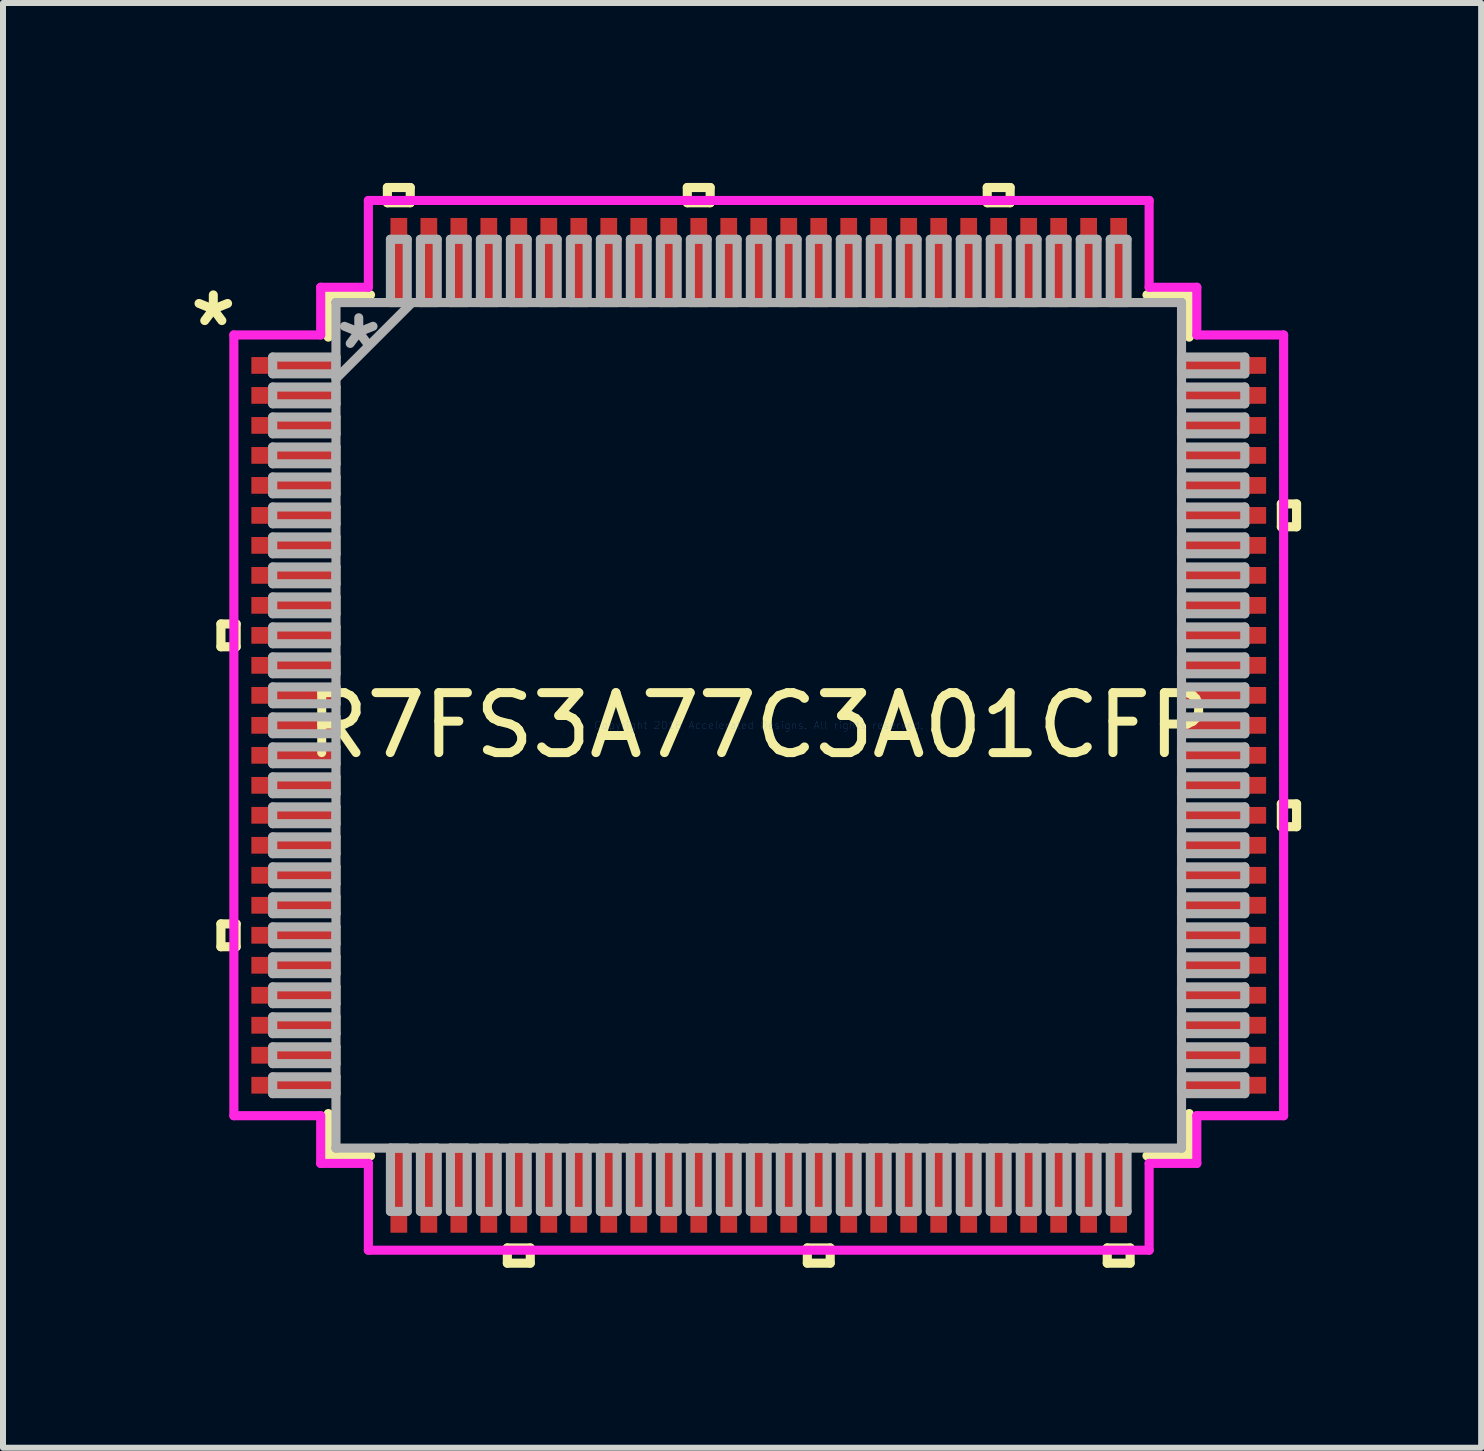
<source format=kicad_pcb>
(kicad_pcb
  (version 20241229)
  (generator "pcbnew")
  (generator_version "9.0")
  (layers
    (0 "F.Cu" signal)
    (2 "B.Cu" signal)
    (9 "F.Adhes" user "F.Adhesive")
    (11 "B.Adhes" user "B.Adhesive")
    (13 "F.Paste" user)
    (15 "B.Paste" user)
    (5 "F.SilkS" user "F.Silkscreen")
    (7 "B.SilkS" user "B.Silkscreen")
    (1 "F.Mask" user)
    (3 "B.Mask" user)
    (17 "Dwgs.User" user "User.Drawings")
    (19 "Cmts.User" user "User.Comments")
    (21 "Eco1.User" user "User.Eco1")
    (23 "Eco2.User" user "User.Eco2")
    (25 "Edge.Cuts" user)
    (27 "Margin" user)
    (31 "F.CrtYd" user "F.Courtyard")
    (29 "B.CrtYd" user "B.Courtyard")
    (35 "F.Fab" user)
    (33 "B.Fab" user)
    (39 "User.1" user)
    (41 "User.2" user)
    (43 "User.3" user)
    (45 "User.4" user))
  (footprint "R7FS3A77C3A01CFP"
    (layer "F.Cu")
    (at 9.599 9.042)
    (property "Reference" "R7FS3A77C3A01CFP" (at 0 0 0) (layer "F.SilkS") (effects (font (size 1 1) (thickness 0.15))))
    (attr through_hole)
    (fp_line (start -8.966 -1.69) (end -8.966 -1.31) (stroke (width 0.152) (type solid)) (layer "F.SilkS"))
    (fp_line (start -8.966 -1.31) (end -8.712 -1.31) (stroke (width 0.152) (type solid)) (layer "F.SilkS"))
    (fp_line (start -8.966 3.31) (end -8.966 3.691) (stroke (width 0.152) (type solid)) (layer "F.SilkS"))
    (fp_line (start -8.966 3.691) (end -8.712 3.691) (stroke (width 0.152) (type solid)) (layer "F.SilkS"))
    (fp_line (start -8.712 -1.69) (end -8.966 -1.69) (stroke (width 0.152) (type solid)) (layer "F.SilkS"))
    (fp_line (start -8.712 -1.31) (end -8.712 -1.69) (stroke (width 0.152) (type solid)) (layer "F.SilkS"))
    (fp_line (start -8.712 3.31) (end -8.966 3.31) (stroke (width 0.152) (type solid)) (layer "F.SilkS"))
    (fp_line (start -8.712 3.691) (end -8.712 3.31) (stroke (width 0.152) (type solid)) (layer "F.SilkS"))
    (fp_line (start -7.176 -7.176) (end -7.176 -6.472) (stroke (width 0.152) (type solid)) (layer "F.SilkS"))
    (fp_line (start -7.176 6.472) (end -7.176 7.176) (stroke (width 0.152) (type solid)) (layer "F.SilkS"))
    (fp_line (start -7.176 7.176) (end -6.472 7.176) (stroke (width 0.152) (type solid)) (layer "F.SilkS"))
    (fp_line (start -6.472 -7.176) (end -7.176 -7.176) (stroke (width 0.152) (type solid)) (layer "F.SilkS"))
    (fp_line (start -6.191 -8.966) (end -5.81 -8.966) (stroke (width 0.152) (type solid)) (layer "F.SilkS"))
    (fp_line (start -6.191 -8.712) (end -6.191 -8.966) (stroke (width 0.152) (type solid)) (layer "F.SilkS"))
    (fp_line (start -5.81 -8.966) (end -5.81 -8.712) (stroke (width 0.152) (type solid)) (layer "F.SilkS"))
    (fp_line (start -5.81 -8.712) (end -6.191 -8.712) (stroke (width 0.152) (type solid)) (layer "F.SilkS"))
    (fp_line (start -4.191 8.712) (end -4.191 8.966) (stroke (width 0.152) (type solid)) (layer "F.SilkS"))
    (fp_line (start -4.191 8.966) (end -3.809 8.966) (stroke (width 0.152) (type solid)) (layer "F.SilkS"))
    (fp_line (start -3.809 8.712) (end -4.191 8.712) (stroke (width 0.152) (type solid)) (layer "F.SilkS"))
    (fp_line (start -3.809 8.966) (end -3.809 8.712) (stroke (width 0.152) (type solid)) (layer "F.SilkS"))
    (fp_line (start -1.191 -8.966) (end -0.81 -8.966) (stroke (width 0.152) (type solid)) (layer "F.SilkS"))
    (fp_line (start -1.191 -8.712) (end -1.191 -8.966) (stroke (width 0.152) (type solid)) (layer "F.SilkS"))
    (fp_line (start -0.81 -8.966) (end -0.81 -8.712) (stroke (width 0.152) (type solid)) (layer "F.SilkS"))
    (fp_line (start -0.81 -8.712) (end -1.191 -8.712) (stroke (width 0.152) (type solid)) (layer "F.SilkS"))
    (fp_line (start 0.81 8.712) (end 0.81 8.966) (stroke (width 0.152) (type solid)) (layer "F.SilkS"))
    (fp_line (start 0.81 8.966) (end 1.191 8.966) (stroke (width 0.152) (type solid)) (layer "F.SilkS"))
    (fp_line (start 1.191 8.712) (end 0.81 8.712) (stroke (width 0.152) (type solid)) (layer "F.SilkS"))
    (fp_line (start 1.191 8.966) (end 1.191 8.712) (stroke (width 0.152) (type solid)) (layer "F.SilkS"))
    (fp_line (start 3.809 -8.966) (end 4.191 -8.966) (stroke (width 0.152) (type solid)) (layer "F.SilkS"))
    (fp_line (start 3.809 -8.712) (end 3.809 -8.966) (stroke (width 0.152) (type solid)) (layer "F.SilkS"))
    (fp_line (start 4.191 -8.966) (end 4.191 -8.712) (stroke (width 0.152) (type solid)) (layer "F.SilkS"))
    (fp_line (start 4.191 -8.712) (end 3.809 -8.712) (stroke (width 0.152) (type solid)) (layer "F.SilkS"))
    (fp_line (start 5.81 8.712) (end 5.81 8.966) (stroke (width 0.152) (type solid)) (layer "F.SilkS"))
    (fp_line (start 5.81 8.966) (end 6.191 8.966) (stroke (width 0.152) (type solid)) (layer "F.SilkS"))
    (fp_line (start 6.191 8.712) (end 5.81 8.712) (stroke (width 0.152) (type solid)) (layer "F.SilkS"))
    (fp_line (start 6.191 8.966) (end 6.191 8.712) (stroke (width 0.152) (type solid)) (layer "F.SilkS"))
    (fp_line (start 6.472 7.176) (end 7.176 7.176) (stroke (width 0.152) (type solid)) (layer "F.SilkS"))
    (fp_line (start 7.176 -7.176) (end 6.472 -7.176) (stroke (width 0.152) (type solid)) (layer "F.SilkS"))
    (fp_line (start 7.176 -6.472) (end 7.176 -7.176) (stroke (width 0.152) (type solid)) (layer "F.SilkS"))
    (fp_line (start 7.176 7.176) (end 7.176 6.472) (stroke (width 0.152) (type solid)) (layer "F.SilkS"))
    (fp_line (start 8.712 -3.691) (end 8.966 -3.691) (stroke (width 0.152) (type solid)) (layer "F.SilkS"))
    (fp_line (start 8.712 -3.31) (end 8.712 -3.691) (stroke (width 0.152) (type solid)) (layer "F.SilkS"))
    (fp_line (start 8.712 1.31) (end 8.966 1.31) (stroke (width 0.152) (type solid)) (layer "F.SilkS"))
    (fp_line (start 8.712 1.69) (end 8.712 1.31) (stroke (width 0.152) (type solid)) (layer "F.SilkS"))
    (fp_line (start 8.966 -3.691) (end 8.966 -3.31) (stroke (width 0.152) (type solid)) (layer "F.SilkS"))
    (fp_line (start 8.966 -3.31) (end 8.712 -3.31) (stroke (width 0.152) (type solid)) (layer "F.SilkS"))
    (fp_line (start 8.966 1.31) (end 8.966 1.69) (stroke (width 0.152) (type solid)) (layer "F.SilkS"))
    (fp_line (start 8.966 1.69) (end 8.712 1.69) (stroke (width 0.152) (type solid)) (layer "F.SilkS"))
    (fp_line (start -8.75 -6.508) (end -7.303 -6.508) (stroke (width 0.152) (type solid)) (layer "F.CrtYd"))
    (fp_line (start -8.75 6.508) (end -8.75 -6.508) (stroke (width 0.152) (type solid)) (layer "F.CrtYd"))
    (fp_line (start -7.303 -7.303) (end -6.508 -7.303) (stroke (width 0.152) (type solid)) (layer "F.CrtYd"))
    (fp_line (start -7.303 -6.508) (end -7.303 -7.303) (stroke (width 0.152) (type solid)) (layer "F.CrtYd"))
    (fp_line (start -7.303 6.508) (end -8.75 6.508) (stroke (width 0.152) (type solid)) (layer "F.CrtYd"))
    (fp_line (start -7.303 7.303) (end -7.303 6.508) (stroke (width 0.152) (type solid)) (layer "F.CrtYd"))
    (fp_line (start -6.508 -8.75) (end 6.508 -8.75) (stroke (width 0.152) (type solid)) (layer "F.CrtYd"))
    (fp_line (start -6.508 -7.303) (end -6.508 -8.75) (stroke (width 0.152) (type solid)) (layer "F.CrtYd"))
    (fp_line (start -6.508 7.303) (end -7.303 7.303) (stroke (width 0.152) (type solid)) (layer "F.CrtYd"))
    (fp_line (start -6.508 8.75) (end -6.508 7.303) (stroke (width 0.152) (type solid)) (layer "F.CrtYd"))
    (fp_line (start 6.508 -8.75) (end 6.508 -7.303) (stroke (width 0.152) (type solid)) (layer "F.CrtYd"))
    (fp_line (start 6.508 -7.303) (end 7.303 -7.303) (stroke (width 0.152) (type solid)) (layer "F.CrtYd"))
    (fp_line (start 6.508 7.303) (end 6.508 8.75) (stroke (width 0.152) (type solid)) (layer "F.CrtYd"))
    (fp_line (start 6.508 8.75) (end -6.508 8.75) (stroke (width 0.152) (type solid)) (layer "F.CrtYd"))
    (fp_line (start 7.303 -7.303) (end 7.303 -6.508) (stroke (width 0.152) (type solid)) (layer "F.CrtYd"))
    (fp_line (start 7.303 -6.508) (end 8.75 -6.508) (stroke (width 0.152) (type solid)) (layer "F.CrtYd"))
    (fp_line (start 7.303 6.508) (end 7.303 7.303) (stroke (width 0.152) (type solid)) (layer "F.CrtYd"))
    (fp_line (start 7.303 7.303) (end 6.508 7.303) (stroke (width 0.152) (type solid)) (layer "F.CrtYd"))
    (fp_line (start 8.75 -6.508) (end 8.75 6.508) (stroke (width 0.152) (type solid)) (layer "F.CrtYd"))
    (fp_line (start 8.75 6.508) (end 7.303 6.508) (stroke (width 0.152) (type solid)) (layer "F.CrtYd"))
    (fp_line (start -8.103 -6.14) (end -8.103 -5.86) (stroke (width 0.152) (type solid)) (layer "F.Fab"))
    (fp_line (start -8.103 -5.86) (end -7.048 -5.86) (stroke (width 0.152) (type solid)) (layer "F.Fab"))
    (fp_line (start -8.103 -5.64) (end -8.103 -5.36) (stroke (width 0.152) (type solid)) (layer "F.Fab"))
    (fp_line (start -8.103 -5.36) (end -7.048 -5.36) (stroke (width 0.152) (type solid)) (layer "F.Fab"))
    (fp_line (start -8.103 -5.14) (end -8.103 -4.86) (stroke (width 0.152) (type solid)) (layer "F.Fab"))
    (fp_line (start -8.103 -4.86) (end -7.048 -4.86) (stroke (width 0.152) (type solid)) (layer "F.Fab"))
    (fp_line (start -8.103 -4.64) (end -8.103 -4.36) (stroke (width 0.152) (type solid)) (layer "F.Fab"))
    (fp_line (start -8.103 -4.36) (end -7.048 -4.36) (stroke (width 0.152) (type solid)) (layer "F.Fab"))
    (fp_line (start -8.103 -4.14) (end -8.103 -3.86) (stroke (width 0.152) (type solid)) (layer "F.Fab"))
    (fp_line (start -8.103 -3.86) (end -7.048 -3.86) (stroke (width 0.152) (type solid)) (layer "F.Fab"))
    (fp_line (start -8.103 -3.64) (end -8.103 -3.36) (stroke (width 0.152) (type solid)) (layer "F.Fab"))
    (fp_line (start -8.103 -3.36) (end -7.048 -3.36) (stroke (width 0.152) (type solid)) (layer "F.Fab"))
    (fp_line (start -8.103 -3.14) (end -8.103 -2.86) (stroke (width 0.152) (type solid)) (layer "F.Fab"))
    (fp_line (start -8.103 -2.86) (end -7.048 -2.86) (stroke (width 0.152) (type solid)) (layer "F.Fab"))
    (fp_line (start -8.103 -2.64) (end -8.103 -2.36) (stroke (width 0.152) (type solid)) (layer "F.Fab"))
    (fp_line (start -8.103 -2.36) (end -7.048 -2.36) (stroke (width 0.152) (type solid)) (layer "F.Fab"))
    (fp_line (start -8.103 -2.14) (end -8.103 -1.86) (stroke (width 0.152) (type solid)) (layer "F.Fab"))
    (fp_line (start -8.103 -1.86) (end -7.048 -1.86) (stroke (width 0.152) (type solid)) (layer "F.Fab"))
    (fp_line (start -8.103 -1.64) (end -8.103 -1.36) (stroke (width 0.152) (type solid)) (layer "F.Fab"))
    (fp_line (start -8.103 -1.36) (end -7.048 -1.36) (stroke (width 0.152) (type solid)) (layer "F.Fab"))
    (fp_line (start -8.103 -1.14) (end -8.103 -0.86) (stroke (width 0.152) (type solid)) (layer "F.Fab"))
    (fp_line (start -8.103 -0.86) (end -7.048 -0.86) (stroke (width 0.152) (type solid)) (layer "F.Fab"))
    (fp_line (start -8.103 -0.64) (end -8.103 -0.36) (stroke (width 0.152) (type solid)) (layer "F.Fab"))
    (fp_line (start -8.103 -0.36) (end -7.048 -0.36) (stroke (width 0.152) (type solid)) (layer "F.Fab"))
    (fp_line (start -8.103 -0.14) (end -8.103 0.14) (stroke (width 0.152) (type solid)) (layer "F.Fab"))
    (fp_line (start -8.103 0.14) (end -7.048 0.14) (stroke (width 0.152) (type solid)) (layer "F.Fab"))
    (fp_line (start -8.103 0.36) (end -8.103 0.64) (stroke (width 0.152) (type solid)) (layer "F.Fab"))
    (fp_line (start -8.103 0.64) (end -7.048 0.64) (stroke (width 0.152) (type solid)) (layer "F.Fab"))
    (fp_line (start -8.103 0.86) (end -8.103 1.14) (stroke (width 0.152) (type solid)) (layer "F.Fab"))
    (fp_line (start -8.103 1.14) (end -7.048 1.14) (stroke (width 0.152) (type solid)) (layer "F.Fab"))
    (fp_line (start -8.103 1.36) (end -8.103 1.64) (stroke (width 0.152) (type solid)) (layer "F.Fab"))
    (fp_line (start -8.103 1.64) (end -7.048 1.64) (stroke (width 0.152) (type solid)) (layer "F.Fab"))
    (fp_line (start -8.103 1.86) (end -8.103 2.14) (stroke (width 0.152) (type solid)) (layer "F.Fab"))
    (fp_line (start -8.103 2.14) (end -7.048 2.14) (stroke (width 0.152) (type solid)) (layer "F.Fab"))
    (fp_line (start -8.103 2.36) (end -8.103 2.64) (stroke (width 0.152) (type solid)) (layer "F.Fab"))
    (fp_line (start -8.103 2.64) (end -7.048 2.64) (stroke (width 0.152) (type solid)) (layer "F.Fab"))
    (fp_line (start -8.103 2.86) (end -8.103 3.14) (stroke (width 0.152) (type solid)) (layer "F.Fab"))
    (fp_line (start -8.103 3.14) (end -7.048 3.14) (stroke (width 0.152) (type solid)) (layer "F.Fab"))
    (fp_line (start -8.103 3.36) (end -8.103 3.64) (stroke (width 0.152) (type solid)) (layer "F.Fab"))
    (fp_line (start -8.103 3.64) (end -7.048 3.64) (stroke (width 0.152) (type solid)) (layer "F.Fab"))
    (fp_line (start -8.103 3.86) (end -8.103 4.14) (stroke (width 0.152) (type solid)) (layer "F.Fab"))
    (fp_line (start -8.103 4.14) (end -7.048 4.14) (stroke (width 0.152) (type solid)) (layer "F.Fab"))
    (fp_line (start -8.103 4.36) (end -8.103 4.64) (stroke (width 0.152) (type solid)) (layer "F.Fab"))
    (fp_line (start -8.103 4.64) (end -7.048 4.64) (stroke (width 0.152) (type solid)) (layer "F.Fab"))
    (fp_line (start -8.103 4.86) (end -8.103 5.14) (stroke (width 0.152) (type solid)) (layer "F.Fab"))
    (fp_line (start -8.103 5.14) (end -7.048 5.14) (stroke (width 0.152) (type solid)) (layer "F.Fab"))
    (fp_line (start -8.103 5.36) (end -8.103 5.64) (stroke (width 0.152) (type solid)) (layer "F.Fab"))
    (fp_line (start -8.103 5.64) (end -7.048 5.64) (stroke (width 0.152) (type solid)) (layer "F.Fab"))
    (fp_line (start -8.103 5.86) (end -8.103 6.14) (stroke (width 0.152) (type solid)) (layer "F.Fab"))
    (fp_line (start -8.103 6.14) (end -7.048 6.14) (stroke (width 0.152) (type solid)) (layer "F.Fab"))
    (fp_line (start -7.048 -7.048) (end -7.048 -7.048) (stroke (width 0.152) (type solid)) (layer "F.Fab"))
    (fp_line (start -7.048 -7.048) (end -7.048 7.048) (stroke (width 0.152) (type solid)) (layer "F.Fab"))
    (fp_line (start -7.048 -6.14) (end -8.103 -6.14) (stroke (width 0.152) (type solid)) (layer "F.Fab"))
    (fp_line (start -7.048 -5.86) (end -7.048 -6.14) (stroke (width 0.152) (type solid)) (layer "F.Fab"))
    (fp_line (start -7.048 -5.779) (end -5.779 -7.048) (stroke (width 0.152) (type solid)) (layer "F.Fab"))
    (fp_line (start -7.048 -5.64) (end -8.103 -5.64) (stroke (width 0.152) (type solid)) (layer "F.Fab"))
    (fp_line (start -7.048 -5.36) (end -7.048 -5.64) (stroke (width 0.152) (type solid)) (layer "F.Fab"))
    (fp_line (start -7.048 -5.14) (end -8.103 -5.14) (stroke (width 0.152) (type solid)) (layer "F.Fab"))
    (fp_line (start -7.048 -4.86) (end -7.048 -5.14) (stroke (width 0.152) (type solid)) (layer "F.Fab"))
    (fp_line (start -7.048 -4.64) (end -8.103 -4.64) (stroke (width 0.152) (type solid)) (layer "F.Fab"))
    (fp_line (start -7.048 -4.36) (end -7.048 -4.64) (stroke (width 0.152) (type solid)) (layer "F.Fab"))
    (fp_line (start -7.048 -4.14) (end -8.103 -4.14) (stroke (width 0.152) (type solid)) (layer "F.Fab"))
    (fp_line (start -7.048 -3.86) (end -7.048 -4.14) (stroke (width 0.152) (type solid)) (layer "F.Fab"))
    (fp_line (start -7.048 -3.64) (end -8.103 -3.64) (stroke (width 0.152) (type solid)) (layer "F.Fab"))
    (fp_line (start -7.048 -3.36) (end -7.048 -3.64) (stroke (width 0.152) (type solid)) (layer "F.Fab"))
    (fp_line (start -7.048 -3.14) (end -8.103 -3.14) (stroke (width 0.152) (type solid)) (layer "F.Fab"))
    (fp_line (start -7.048 -2.86) (end -7.048 -3.14) (stroke (width 0.152) (type solid)) (layer "F.Fab"))
    (fp_line (start -7.048 -2.64) (end -8.103 -2.64) (stroke (width 0.152) (type solid)) (layer "F.Fab"))
    (fp_line (start -7.048 -2.36) (end -7.048 -2.64) (stroke (width 0.152) (type solid)) (layer "F.Fab"))
    (fp_line (start -7.048 -2.14) (end -8.103 -2.14) (stroke (width 0.152) (type solid)) (layer "F.Fab"))
    (fp_line (start -7.048 -1.86) (end -7.048 -2.14) (stroke (width 0.152) (type solid)) (layer "F.Fab"))
    (fp_line (start -7.048 -1.64) (end -8.103 -1.64) (stroke (width 0.152) (type solid)) (layer "F.Fab"))
    (fp_line (start -7.048 -1.36) (end -7.048 -1.64) (stroke (width 0.152) (type solid)) (layer "F.Fab"))
    (fp_line (start -7.048 -1.14) (end -8.103 -1.14) (stroke (width 0.152) (type solid)) (layer "F.Fab"))
    (fp_line (start -7.048 -0.86) (end -7.048 -1.14) (stroke (width 0.152) (type solid)) (layer "F.Fab"))
    (fp_line (start -7.048 -0.64) (end -8.103 -0.64) (stroke (width 0.152) (type solid)) (layer "F.Fab"))
    (fp_line (start -7.048 -0.36) (end -7.048 -0.64) (stroke (width 0.152) (type solid)) (layer "F.Fab"))
    (fp_line (start -7.048 -0.14) (end -8.103 -0.14) (stroke (width 0.152) (type solid)) (layer "F.Fab"))
    (fp_line (start -7.048 0.14) (end -7.048 -0.14) (stroke (width 0.152) (type solid)) (layer "F.Fab"))
    (fp_line (start -7.048 0.36) (end -8.103 0.36) (stroke (width 0.152) (type solid)) (layer "F.Fab"))
    (fp_line (start -7.048 0.64) (end -7.048 0.36) (stroke (width 0.152) (type solid)) (layer "F.Fab"))
    (fp_line (start -7.048 0.86) (end -8.103 0.86) (stroke (width 0.152) (type solid)) (layer "F.Fab"))
    (fp_line (start -7.048 1.14) (end -7.048 0.86) (stroke (width 0.152) (type solid)) (layer "F.Fab"))
    (fp_line (start -7.048 1.36) (end -8.103 1.36) (stroke (width 0.152) (type solid)) (layer "F.Fab"))
    (fp_line (start -7.048 1.64) (end -7.048 1.36) (stroke (width 0.152) (type solid)) (layer "F.Fab"))
    (fp_line (start -7.048 1.86) (end -8.103 1.86) (stroke (width 0.152) (type solid)) (layer "F.Fab"))
    (fp_line (start -7.048 2.14) (end -7.048 1.86) (stroke (width 0.152) (type solid)) (layer "F.Fab"))
    (fp_line (start -7.048 2.36) (end -8.103 2.36) (stroke (width 0.152) (type solid)) (layer "F.Fab"))
    (fp_line (start -7.048 2.64) (end -7.048 2.36) (stroke (width 0.152) (type solid)) (layer "F.Fab"))
    (fp_line (start -7.048 2.86) (end -8.103 2.86) (stroke (width 0.152) (type solid)) (layer "F.Fab"))
    (fp_line (start -7.048 3.14) (end -7.048 2.86) (stroke (width 0.152) (type solid)) (layer "F.Fab"))
    (fp_line (start -7.048 3.36) (end -8.103 3.36) (stroke (width 0.152) (type solid)) (layer "F.Fab"))
    (fp_line (start -7.048 3.64) (end -7.048 3.36) (stroke (width 0.152) (type solid)) (layer "F.Fab"))
    (fp_line (start -7.048 3.86) (end -8.103 3.86) (stroke (width 0.152) (type solid)) (layer "F.Fab"))
    (fp_line (start -7.048 4.14) (end -7.048 3.86) (stroke (width 0.152) (type solid)) (layer "F.Fab"))
    (fp_line (start -7.048 4.36) (end -8.103 4.36) (stroke (width 0.152) (type solid)) (layer "F.Fab"))
    (fp_line (start -7.048 4.64) (end -7.048 4.36) (stroke (width 0.152) (type solid)) (layer "F.Fab"))
    (fp_line (start -7.048 4.86) (end -8.103 4.86) (stroke (width 0.152) (type solid)) (layer "F.Fab"))
    (fp_line (start -7.048 5.14) (end -7.048 4.86) (stroke (width 0.152) (type solid)) (layer "F.Fab"))
    (fp_line (start -7.048 5.36) (end -8.103 5.36) (stroke (width 0.152) (type solid)) (layer "F.Fab"))
    (fp_line (start -7.048 5.64) (end -7.048 5.36) (stroke (width 0.152) (type solid)) (layer "F.Fab"))
    (fp_line (start -7.048 5.86) (end -8.103 5.86) (stroke (width 0.152) (type solid)) (layer "F.Fab"))
    (fp_line (start -7.048 6.14) (end -7.048 5.86) (stroke (width 0.152) (type solid)) (layer "F.Fab"))
    (fp_line (start -7.048 7.048) (end -7.048 7.048) (stroke (width 0.152) (type solid)) (layer "F.Fab"))
    (fp_line (start -7.048 7.048) (end 7.048 7.048) (stroke (width 0.152) (type solid)) (layer "F.Fab"))
    (fp_line (start -6.14 -8.103) (end -6.14 -7.048) (stroke (width 0.152) (type solid)) (layer "F.Fab"))
    (fp_line (start -6.14 -7.048) (end -5.86 -7.048) (stroke (width 0.152) (type solid)) (layer "F.Fab"))
    (fp_line (start -6.14 7.048) (end -6.14 8.103) (stroke (width 0.152) (type solid)) (layer "F.Fab"))
    (fp_line (start -6.14 8.103) (end -5.86 8.103) (stroke (width 0.152) (type solid)) (layer "F.Fab"))
    (fp_line (start -5.86 -8.103) (end -6.14 -8.103) (stroke (width 0.152) (type solid)) (layer "F.Fab"))
    (fp_line (start -5.86 -7.048) (end -5.86 -8.103) (stroke (width 0.152) (type solid)) (layer "F.Fab"))
    (fp_line (start -5.86 7.048) (end -6.14 7.048) (stroke (width 0.152) (type solid)) (layer "F.Fab"))
    (fp_line (start -5.86 8.103) (end -5.86 7.048) (stroke (width 0.152) (type solid)) (layer "F.Fab"))
    (fp_line (start -5.64 -8.103) (end -5.64 -7.048) (stroke (width 0.152) (type solid)) (layer "F.Fab"))
    (fp_line (start -5.64 -7.048) (end -5.36 -7.048) (stroke (width 0.152) (type solid)) (layer "F.Fab"))
    (fp_line (start -5.64 7.048) (end -5.64 8.103) (stroke (width 0.152) (type solid)) (layer "F.Fab"))
    (fp_line (start -5.64 8.103) (end -5.36 8.103) (stroke (width 0.152) (type solid)) (layer "F.Fab"))
    (fp_line (start -5.36 -8.103) (end -5.64 -8.103) (stroke (width 0.152) (type solid)) (layer "F.Fab"))
    (fp_line (start -5.36 -7.048) (end -5.36 -8.103) (stroke (width 0.152) (type solid)) (layer "F.Fab"))
    (fp_line (start -5.36 7.048) (end -5.64 7.048) (stroke (width 0.152) (type solid)) (layer "F.Fab"))
    (fp_line (start -5.36 8.103) (end -5.36 7.048) (stroke (width 0.152) (type solid)) (layer "F.Fab"))
    (fp_line (start -5.14 -8.103) (end -5.14 -7.048) (stroke (width 0.152) (type solid)) (layer "F.Fab"))
    (fp_line (start -5.14 -7.048) (end -4.86 -7.048) (stroke (width 0.152) (type solid)) (layer "F.Fab"))
    (fp_line (start -5.14 7.048) (end -5.14 8.103) (stroke (width 0.152) (type solid)) (layer "F.Fab"))
    (fp_line (start -5.14 8.103) (end -4.86 8.103) (stroke (width 0.152) (type solid)) (layer "F.Fab"))
    (fp_line (start -4.86 -8.103) (end -5.14 -8.103) (stroke (width 0.152) (type solid)) (layer "F.Fab"))
    (fp_line (start -4.86 -7.048) (end -4.86 -8.103) (stroke (width 0.152) (type solid)) (layer "F.Fab"))
    (fp_line (start -4.86 7.048) (end -5.14 7.048) (stroke (width 0.152) (type solid)) (layer "F.Fab"))
    (fp_line (start -4.86 8.103) (end -4.86 7.048) (stroke (width 0.152) (type solid)) (layer "F.Fab"))
    (fp_line (start -4.64 -8.103) (end -4.64 -7.048) (stroke (width 0.152) (type solid)) (layer "F.Fab"))
    (fp_line (start -4.64 -7.048) (end -4.36 -7.048) (stroke (width 0.152) (type solid)) (layer "F.Fab"))
    (fp_line (start -4.64 7.048) (end -4.64 8.103) (stroke (width 0.152) (type solid)) (layer "F.Fab"))
    (fp_line (start -4.64 8.103) (end -4.36 8.103) (stroke (width 0.152) (type solid)) (layer "F.Fab"))
    (fp_line (start -4.36 -8.103) (end -4.64 -8.103) (stroke (width 0.152) (type solid)) (layer "F.Fab"))
    (fp_line (start -4.36 -7.048) (end -4.36 -8.103) (stroke (width 0.152) (type solid)) (layer "F.Fab"))
    (fp_line (start -4.36 7.048) (end -4.64 7.048) (stroke (width 0.152) (type solid)) (layer "F.Fab"))
    (fp_line (start -4.36 8.103) (end -4.36 7.048) (stroke (width 0.152) (type solid)) (layer "F.Fab"))
    (fp_line (start -4.14 -8.103) (end -4.14 -7.048) (stroke (width 0.152) (type solid)) (layer "F.Fab"))
    (fp_line (start -4.14 -7.048) (end -3.86 -7.048) (stroke (width 0.152) (type solid)) (layer "F.Fab"))
    (fp_line (start -4.14 7.048) (end -4.14 8.103) (stroke (width 0.152) (type solid)) (layer "F.Fab"))
    (fp_line (start -4.14 8.103) (end -3.86 8.103) (stroke (width 0.152) (type solid)) (layer "F.Fab"))
    (fp_line (start -3.86 -8.103) (end -4.14 -8.103) (stroke (width 0.152) (type solid)) (layer "F.Fab"))
    (fp_line (start -3.86 -7.048) (end -3.86 -8.103) (stroke (width 0.152) (type solid)) (layer "F.Fab"))
    (fp_line (start -3.86 7.048) (end -4.14 7.048) (stroke (width 0.152) (type solid)) (layer "F.Fab"))
    (fp_line (start -3.86 8.103) (end -3.86 7.048) (stroke (width 0.152) (type solid)) (layer "F.Fab"))
    (fp_line (start -3.64 -8.103) (end -3.64 -7.048) (stroke (width 0.152) (type solid)) (layer "F.Fab"))
    (fp_line (start -3.64 -7.048) (end -3.36 -7.048) (stroke (width 0.152) (type solid)) (layer "F.Fab"))
    (fp_line (start -3.64 7.048) (end -3.64 8.103) (stroke (width 0.152) (type solid)) (layer "F.Fab"))
    (fp_line (start -3.64 8.103) (end -3.36 8.103) (stroke (width 0.152) (type solid)) (layer "F.Fab"))
    (fp_line (start -3.36 -8.103) (end -3.64 -8.103) (stroke (width 0.152) (type solid)) (layer "F.Fab"))
    (fp_line (start -3.36 -7.048) (end -3.36 -8.103) (stroke (width 0.152) (type solid)) (layer "F.Fab"))
    (fp_line (start -3.36 7.048) (end -3.64 7.048) (stroke (width 0.152) (type solid)) (layer "F.Fab"))
    (fp_line (start -3.36 8.103) (end -3.36 7.048) (stroke (width 0.152) (type solid)) (layer "F.Fab"))
    (fp_line (start -3.14 -8.103) (end -3.14 -7.048) (stroke (width 0.152) (type solid)) (layer "F.Fab"))
    (fp_line (start -3.14 -7.048) (end -2.86 -7.048) (stroke (width 0.152) (type solid)) (layer "F.Fab"))
    (fp_line (start -3.14 7.048) (end -3.14 8.103) (stroke (width 0.152) (type solid)) (layer "F.Fab"))
    (fp_line (start -3.14 8.103) (end -2.86 8.103) (stroke (width 0.152) (type solid)) (layer "F.Fab"))
    (fp_line (start -2.86 -8.103) (end -3.14 -8.103) (stroke (width 0.152) (type solid)) (layer "F.Fab"))
    (fp_line (start -2.86 -7.048) (end -2.86 -8.103) (stroke (width 0.152) (type solid)) (layer "F.Fab"))
    (fp_line (start -2.86 7.048) (end -3.14 7.048) (stroke (width 0.152) (type solid)) (layer "F.Fab"))
    (fp_line (start -2.86 8.103) (end -2.86 7.048) (stroke (width 0.152) (type solid)) (layer "F.Fab"))
    (fp_line (start -2.64 -8.103) (end -2.64 -7.048) (stroke (width 0.152) (type solid)) (layer "F.Fab"))
    (fp_line (start -2.64 -7.048) (end -2.36 -7.048) (stroke (width 0.152) (type solid)) (layer "F.Fab"))
    (fp_line (start -2.64 7.048) (end -2.64 8.103) (stroke (width 0.152) (type solid)) (layer "F.Fab"))
    (fp_line (start -2.64 8.103) (end -2.36 8.103) (stroke (width 0.152) (type solid)) (layer "F.Fab"))
    (fp_line (start -2.36 -8.103) (end -2.64 -8.103) (stroke (width 0.152) (type solid)) (layer "F.Fab"))
    (fp_line (start -2.36 -7.048) (end -2.36 -8.103) (stroke (width 0.152) (type solid)) (layer "F.Fab"))
    (fp_line (start -2.36 7.048) (end -2.64 7.048) (stroke (width 0.152) (type solid)) (layer "F.Fab"))
    (fp_line (start -2.36 8.103) (end -2.36 7.048) (stroke (width 0.152) (type solid)) (layer "F.Fab"))
    (fp_line (start -2.14 -8.103) (end -2.14 -7.048) (stroke (width 0.152) (type solid)) (layer "F.Fab"))
    (fp_line (start -2.14 -7.048) (end -1.86 -7.048) (stroke (width 0.152) (type solid)) (layer "F.Fab"))
    (fp_line (start -2.14 7.048) (end -2.14 8.103) (stroke (width 0.152) (type solid)) (layer "F.Fab"))
    (fp_line (start -2.14 8.103) (end -1.86 8.103) (stroke (width 0.152) (type solid)) (layer "F.Fab"))
    (fp_line (start -1.86 -8.103) (end -2.14 -8.103) (stroke (width 0.152) (type solid)) (layer "F.Fab"))
    (fp_line (start -1.86 -7.048) (end -1.86 -8.103) (stroke (width 0.152) (type solid)) (layer "F.Fab"))
    (fp_line (start -1.86 7.048) (end -2.14 7.048) (stroke (width 0.152) (type solid)) (layer "F.Fab"))
    (fp_line (start -1.86 8.103) (end -1.86 7.048) (stroke (width 0.152) (type solid)) (layer "F.Fab"))
    (fp_line (start -1.64 -8.103) (end -1.64 -7.048) (stroke (width 0.152) (type solid)) (layer "F.Fab"))
    (fp_line (start -1.64 -7.048) (end -1.36 -7.048) (stroke (width 0.152) (type solid)) (layer "F.Fab"))
    (fp_line (start -1.64 7.048) (end -1.64 8.103) (stroke (width 0.152) (type solid)) (layer "F.Fab"))
    (fp_line (start -1.64 8.103) (end -1.36 8.103) (stroke (width 0.152) (type solid)) (layer "F.Fab"))
    (fp_line (start -1.36 -8.103) (end -1.64 -8.103) (stroke (width 0.152) (type solid)) (layer "F.Fab"))
    (fp_line (start -1.36 -7.048) (end -1.36 -8.103) (stroke (width 0.152) (type solid)) (layer "F.Fab"))
    (fp_line (start -1.36 7.048) (end -1.64 7.048) (stroke (width 0.152) (type solid)) (layer "F.Fab"))
    (fp_line (start -1.36 8.103) (end -1.36 7.048) (stroke (width 0.152) (type solid)) (layer "F.Fab"))
    (fp_line (start -1.14 -8.103) (end -1.14 -7.048) (stroke (width 0.152) (type solid)) (layer "F.Fab"))
    (fp_line (start -1.14 -7.048) (end -0.86 -7.048) (stroke (width 0.152) (type solid)) (layer "F.Fab"))
    (fp_line (start -1.14 7.048) (end -1.14 8.103) (stroke (width 0.152) (type solid)) (layer "F.Fab"))
    (fp_line (start -1.14 8.103) (end -0.86 8.103) (stroke (width 0.152) (type solid)) (layer "F.Fab"))
    (fp_line (start -0.86 -8.103) (end -1.14 -8.103) (stroke (width 0.152) (type solid)) (layer "F.Fab"))
    (fp_line (start -0.86 -7.048) (end -0.86 -8.103) (stroke (width 0.152) (type solid)) (layer "F.Fab"))
    (fp_line (start -0.86 7.048) (end -1.14 7.048) (stroke (width 0.152) (type solid)) (layer "F.Fab"))
    (fp_line (start -0.86 8.103) (end -0.86 7.048) (stroke (width 0.152) (type solid)) (layer "F.Fab"))
    (fp_line (start -0.64 -8.103) (end -0.64 -7.048) (stroke (width 0.152) (type solid)) (layer "F.Fab"))
    (fp_line (start -0.64 -7.048) (end -0.36 -7.048) (stroke (width 0.152) (type solid)) (layer "F.Fab"))
    (fp_line (start -0.64 7.048) (end -0.64 8.103) (stroke (width 0.152) (type solid)) (layer "F.Fab"))
    (fp_line (start -0.64 8.103) (end -0.36 8.103) (stroke (width 0.152) (type solid)) (layer "F.Fab"))
    (fp_line (start -0.36 -8.103) (end -0.64 -8.103) (stroke (width 0.152) (type solid)) (layer "F.Fab"))
    (fp_line (start -0.36 -7.048) (end -0.36 -8.103) (stroke (width 0.152) (type solid)) (layer "F.Fab"))
    (fp_line (start -0.36 7.048) (end -0.64 7.048) (stroke (width 0.152) (type solid)) (layer "F.Fab"))
    (fp_line (start -0.36 8.103) (end -0.36 7.048) (stroke (width 0.152) (type solid)) (layer "F.Fab"))
    (fp_line (start -0.14 -8.103) (end -0.14 -7.048) (stroke (width 0.152) (type solid)) (layer "F.Fab"))
    (fp_line (start -0.14 -7.048) (end 0.14 -7.048) (stroke (width 0.152) (type solid)) (layer "F.Fab"))
    (fp_line (start -0.14 7.048) (end -0.14 8.103) (stroke (width 0.152) (type solid)) (layer "F.Fab"))
    (fp_line (start -0.14 8.103) (end 0.14 8.103) (stroke (width 0.152) (type solid)) (layer "F.Fab"))
    (fp_line (start 0.14 -8.103) (end -0.14 -8.103) (stroke (width 0.152) (type solid)) (layer "F.Fab"))
    (fp_line (start 0.14 -7.048) (end 0.14 -8.103) (stroke (width 0.152) (type solid)) (layer "F.Fab"))
    (fp_line (start 0.14 7.048) (end -0.14 7.048) (stroke (width 0.152) (type solid)) (layer "F.Fab"))
    (fp_line (start 0.14 8.103) (end 0.14 7.048) (stroke (width 0.152) (type solid)) (layer "F.Fab"))
    (fp_line (start 0.36 -8.103) (end 0.36 -7.048) (stroke (width 0.152) (type solid)) (layer "F.Fab"))
    (fp_line (start 0.36 -7.048) (end 0.64 -7.048) (stroke (width 0.152) (type solid)) (layer "F.Fab"))
    (fp_line (start 0.36 7.048) (end 0.36 8.103) (stroke (width 0.152) (type solid)) (layer "F.Fab"))
    (fp_line (start 0.36 8.103) (end 0.64 8.103) (stroke (width 0.152) (type solid)) (layer "F.Fab"))
    (fp_line (start 0.64 -8.103) (end 0.36 -8.103) (stroke (width 0.152) (type solid)) (layer "F.Fab"))
    (fp_line (start 0.64 -7.048) (end 0.64 -8.103) (stroke (width 0.152) (type solid)) (layer "F.Fab"))
    (fp_line (start 0.64 7.048) (end 0.36 7.048) (stroke (width 0.152) (type solid)) (layer "F.Fab"))
    (fp_line (start 0.64 8.103) (end 0.64 7.048) (stroke (width 0.152) (type solid)) (layer "F.Fab"))
    (fp_line (start 0.86 -8.103) (end 0.86 -7.048) (stroke (width 0.152) (type solid)) (layer "F.Fab"))
    (fp_line (start 0.86 -7.048) (end 1.14 -7.048) (stroke (width 0.152) (type solid)) (layer "F.Fab"))
    (fp_line (start 0.86 7.048) (end 0.86 8.103) (stroke (width 0.152) (type solid)) (layer "F.Fab"))
    (fp_line (start 0.86 8.103) (end 1.14 8.103) (stroke (width 0.152) (type solid)) (layer "F.Fab"))
    (fp_line (start 1.14 -8.103) (end 0.86 -8.103) (stroke (width 0.152) (type solid)) (layer "F.Fab"))
    (fp_line (start 1.14 -7.048) (end 1.14 -8.103) (stroke (width 0.152) (type solid)) (layer "F.Fab"))
    (fp_line (start 1.14 7.048) (end 0.86 7.048) (stroke (width 0.152) (type solid)) (layer "F.Fab"))
    (fp_line (start 1.14 8.103) (end 1.14 7.048) (stroke (width 0.152) (type solid)) (layer "F.Fab"))
    (fp_line (start 1.36 -8.103) (end 1.36 -7.048) (stroke (width 0.152) (type solid)) (layer "F.Fab"))
    (fp_line (start 1.36 -7.048) (end 1.64 -7.048) (stroke (width 0.152) (type solid)) (layer "F.Fab"))
    (fp_line (start 1.36 7.048) (end 1.36 8.103) (stroke (width 0.152) (type solid)) (layer "F.Fab"))
    (fp_line (start 1.36 8.103) (end 1.64 8.103) (stroke (width 0.152) (type solid)) (layer "F.Fab"))
    (fp_line (start 1.64 -8.103) (end 1.36 -8.103) (stroke (width 0.152) (type solid)) (layer "F.Fab"))
    (fp_line (start 1.64 -7.048) (end 1.64 -8.103) (stroke (width 0.152) (type solid)) (layer "F.Fab"))
    (fp_line (start 1.64 7.048) (end 1.36 7.048) (stroke (width 0.152) (type solid)) (layer "F.Fab"))
    (fp_line (start 1.64 8.103) (end 1.64 7.048) (stroke (width 0.152) (type solid)) (layer "F.Fab"))
    (fp_line (start 1.86 -8.103) (end 1.86 -7.048) (stroke (width 0.152) (type solid)) (layer "F.Fab"))
    (fp_line (start 1.86 -7.048) (end 2.14 -7.048) (stroke (width 0.152) (type solid)) (layer "F.Fab"))
    (fp_line (start 1.86 7.048) (end 1.86 8.103) (stroke (width 0.152) (type solid)) (layer "F.Fab"))
    (fp_line (start 1.86 8.103) (end 2.14 8.103) (stroke (width 0.152) (type solid)) (layer "F.Fab"))
    (fp_line (start 2.14 -8.103) (end 1.86 -8.103) (stroke (width 0.152) (type solid)) (layer "F.Fab"))
    (fp_line (start 2.14 -7.048) (end 2.14 -8.103) (stroke (width 0.152) (type solid)) (layer "F.Fab"))
    (fp_line (start 2.14 7.048) (end 1.86 7.048) (stroke (width 0.152) (type solid)) (layer "F.Fab"))
    (fp_line (start 2.14 8.103) (end 2.14 7.048) (stroke (width 0.152) (type solid)) (layer "F.Fab"))
    (fp_line (start 2.36 -8.103) (end 2.36 -7.048) (stroke (width 0.152) (type solid)) (layer "F.Fab"))
    (fp_line (start 2.36 -7.048) (end 2.64 -7.048) (stroke (width 0.152) (type solid)) (layer "F.Fab"))
    (fp_line (start 2.36 7.048) (end 2.36 8.103) (stroke (width 0.152) (type solid)) (layer "F.Fab"))
    (fp_line (start 2.36 8.103) (end 2.64 8.103) (stroke (width 0.152) (type solid)) (layer "F.Fab"))
    (fp_line (start 2.64 -8.103) (end 2.36 -8.103) (stroke (width 0.152) (type solid)) (layer "F.Fab"))
    (fp_line (start 2.64 -7.048) (end 2.64 -8.103) (stroke (width 0.152) (type solid)) (layer "F.Fab"))
    (fp_line (start 2.64 7.048) (end 2.36 7.048) (stroke (width 0.152) (type solid)) (layer "F.Fab"))
    (fp_line (start 2.64 8.103) (end 2.64 7.048) (stroke (width 0.152) (type solid)) (layer "F.Fab"))
    (fp_line (start 2.86 -8.103) (end 2.86 -7.048) (stroke (width 0.152) (type solid)) (layer "F.Fab"))
    (fp_line (start 2.86 -7.048) (end 3.14 -7.048) (stroke (width 0.152) (type solid)) (layer "F.Fab"))
    (fp_line (start 2.86 7.048) (end 2.86 8.103) (stroke (width 0.152) (type solid)) (layer "F.Fab"))
    (fp_line (start 2.86 8.103) (end 3.14 8.103) (stroke (width 0.152) (type solid)) (layer "F.Fab"))
    (fp_line (start 3.14 -8.103) (end 2.86 -8.103) (stroke (width 0.152) (type solid)) (layer "F.Fab"))
    (fp_line (start 3.14 -7.048) (end 3.14 -8.103) (stroke (width 0.152) (type solid)) (layer "F.Fab"))
    (fp_line (start 3.14 7.048) (end 2.86 7.048) (stroke (width 0.152) (type solid)) (layer "F.Fab"))
    (fp_line (start 3.14 8.103) (end 3.14 7.048) (stroke (width 0.152) (type solid)) (layer "F.Fab"))
    (fp_line (start 3.36 -8.103) (end 3.36 -7.048) (stroke (width 0.152) (type solid)) (layer "F.Fab"))
    (fp_line (start 3.36 -7.048) (end 3.64 -7.048) (stroke (width 0.152) (type solid)) (layer "F.Fab"))
    (fp_line (start 3.36 7.048) (end 3.36 8.103) (stroke (width 0.152) (type solid)) (layer "F.Fab"))
    (fp_line (start 3.36 8.103) (end 3.64 8.103) (stroke (width 0.152) (type solid)) (layer "F.Fab"))
    (fp_line (start 3.64 -8.103) (end 3.36 -8.103) (stroke (width 0.152) (type solid)) (layer "F.Fab"))
    (fp_line (start 3.64 -7.048) (end 3.64 -8.103) (stroke (width 0.152) (type solid)) (layer "F.Fab"))
    (fp_line (start 3.64 7.048) (end 3.36 7.048) (stroke (width 0.152) (type solid)) (layer "F.Fab"))
    (fp_line (start 3.64 8.103) (end 3.64 7.048) (stroke (width 0.152) (type solid)) (layer "F.Fab"))
    (fp_line (start 3.86 -8.103) (end 3.86 -7.048) (stroke (width 0.152) (type solid)) (layer "F.Fab"))
    (fp_line (start 3.86 -7.048) (end 4.14 -7.048) (stroke (width 0.152) (type solid)) (layer "F.Fab"))
    (fp_line (start 3.86 7.048) (end 3.86 8.103) (stroke (width 0.152) (type solid)) (layer "F.Fab"))
    (fp_line (start 3.86 8.103) (end 4.14 8.103) (stroke (width 0.152) (type solid)) (layer "F.Fab"))
    (fp_line (start 4.14 -8.103) (end 3.86 -8.103) (stroke (width 0.152) (type solid)) (layer "F.Fab"))
    (fp_line (start 4.14 -7.048) (end 4.14 -8.103) (stroke (width 0.152) (type solid)) (layer "F.Fab"))
    (fp_line (start 4.14 7.048) (end 3.86 7.048) (stroke (width 0.152) (type solid)) (layer "F.Fab"))
    (fp_line (start 4.14 8.103) (end 4.14 7.048) (stroke (width 0.152) (type solid)) (layer "F.Fab"))
    (fp_line (start 4.36 -8.103) (end 4.36 -7.048) (stroke (width 0.152) (type solid)) (layer "F.Fab"))
    (fp_line (start 4.36 -7.048) (end 4.64 -7.048) (stroke (width 0.152) (type solid)) (layer "F.Fab"))
    (fp_line (start 4.36 7.048) (end 4.36 8.103) (stroke (width 0.152) (type solid)) (layer "F.Fab"))
    (fp_line (start 4.36 8.103) (end 4.64 8.103) (stroke (width 0.152) (type solid)) (layer "F.Fab"))
    (fp_line (start 4.64 -8.103) (end 4.36 -8.103) (stroke (width 0.152) (type solid)) (layer "F.Fab"))
    (fp_line (start 4.64 -7.048) (end 4.64 -8.103) (stroke (width 0.152) (type solid)) (layer "F.Fab"))
    (fp_line (start 4.64 7.048) (end 4.36 7.048) (stroke (width 0.152) (type solid)) (layer "F.Fab"))
    (fp_line (start 4.64 8.103) (end 4.64 7.048) (stroke (width 0.152) (type solid)) (layer "F.Fab"))
    (fp_line (start 4.86 -8.103) (end 4.86 -7.048) (stroke (width 0.152) (type solid)) (layer "F.Fab"))
    (fp_line (start 4.86 -7.048) (end 5.14 -7.048) (stroke (width 0.152) (type solid)) (layer "F.Fab"))
    (fp_line (start 4.86 7.048) (end 4.86 8.103) (stroke (width 0.152) (type solid)) (layer "F.Fab"))
    (fp_line (start 4.86 8.103) (end 5.14 8.103) (stroke (width 0.152) (type solid)) (layer "F.Fab"))
    (fp_line (start 5.14 -8.103) (end 4.86 -8.103) (stroke (width 0.152) (type solid)) (layer "F.Fab"))
    (fp_line (start 5.14 -7.048) (end 5.14 -8.103) (stroke (width 0.152) (type solid)) (layer "F.Fab"))
    (fp_line (start 5.14 7.048) (end 4.86 7.048) (stroke (width 0.152) (type solid)) (layer "F.Fab"))
    (fp_line (start 5.14 8.103) (end 5.14 7.048) (stroke (width 0.152) (type solid)) (layer "F.Fab"))
    (fp_line (start 5.36 -8.103) (end 5.36 -7.048) (stroke (width 0.152) (type solid)) (layer "F.Fab"))
    (fp_line (start 5.36 -7.048) (end 5.64 -7.048) (stroke (width 0.152) (type solid)) (layer "F.Fab"))
    (fp_line (start 5.36 7.048) (end 5.36 8.103) (stroke (width 0.152) (type solid)) (layer "F.Fab"))
    (fp_line (start 5.36 8.103) (end 5.64 8.103) (stroke (width 0.152) (type solid)) (layer "F.Fab"))
    (fp_line (start 5.64 -8.103) (end 5.36 -8.103) (stroke (width 0.152) (type solid)) (layer "F.Fab"))
    (fp_line (start 5.64 -7.048) (end 5.64 -8.103) (stroke (width 0.152) (type solid)) (layer "F.Fab"))
    (fp_line (start 5.64 7.048) (end 5.36 7.048) (stroke (width 0.152) (type solid)) (layer "F.Fab"))
    (fp_line (start 5.64 8.103) (end 5.64 7.048) (stroke (width 0.152) (type solid)) (layer "F.Fab"))
    (fp_line (start 5.86 -8.103) (end 5.86 -7.048) (stroke (width 0.152) (type solid)) (layer "F.Fab"))
    (fp_line (start 5.86 -7.048) (end 6.14 -7.048) (stroke (width 0.152) (type solid)) (layer "F.Fab"))
    (fp_line (start 5.86 7.048) (end 5.86 8.103) (stroke (width 0.152) (type solid)) (layer "F.Fab"))
    (fp_line (start 5.86 8.103) (end 6.14 8.103) (stroke (width 0.152) (type solid)) (layer "F.Fab"))
    (fp_line (start 6.14 -8.103) (end 5.86 -8.103) (stroke (width 0.152) (type solid)) (layer "F.Fab"))
    (fp_line (start 6.14 -7.048) (end 6.14 -8.103) (stroke (width 0.152) (type solid)) (layer "F.Fab"))
    (fp_line (start 6.14 7.048) (end 5.86 7.048) (stroke (width 0.152) (type solid)) (layer "F.Fab"))
    (fp_line (start 6.14 8.103) (end 6.14 7.048) (stroke (width 0.152) (type solid)) (layer "F.Fab"))
    (fp_line (start 7.048 -7.048) (end -7.048 -7.048) (stroke (width 0.152) (type solid)) (layer "F.Fab"))
    (fp_line (start 7.048 -7.048) (end 7.048 -7.048) (stroke (width 0.152) (type solid)) (layer "F.Fab"))
    (fp_line (start 7.048 -6.14) (end 7.048 -5.86) (stroke (width 0.152) (type solid)) (layer "F.Fab"))
    (fp_line (start 7.048 -5.86) (end 8.103 -5.86) (stroke (width 0.152) (type solid)) (layer "F.Fab"))
    (fp_line (start 7.048 -5.64) (end 7.048 -5.36) (stroke (width 0.152) (type solid)) (layer "F.Fab"))
    (fp_line (start 7.048 -5.36) (end 8.103 -5.36) (stroke (width 0.152) (type solid)) (layer "F.Fab"))
    (fp_line (start 7.048 -5.14) (end 7.048 -4.86) (stroke (width 0.152) (type solid)) (layer "F.Fab"))
    (fp_line (start 7.048 -4.86) (end 8.103 -4.86) (stroke (width 0.152) (type solid)) (layer "F.Fab"))
    (fp_line (start 7.048 -4.64) (end 7.048 -4.36) (stroke (width 0.152) (type solid)) (layer "F.Fab"))
    (fp_line (start 7.048 -4.36) (end 8.103 -4.36) (stroke (width 0.152) (type solid)) (layer "F.Fab"))
    (fp_line (start 7.048 -4.14) (end 7.048 -3.86) (stroke (width 0.152) (type solid)) (layer "F.Fab"))
    (fp_line (start 7.048 -3.86) (end 8.103 -3.86) (stroke (width 0.152) (type solid)) (layer "F.Fab"))
    (fp_line (start 7.048 -3.64) (end 7.048 -3.36) (stroke (width 0.152) (type solid)) (layer "F.Fab"))
    (fp_line (start 7.048 -3.36) (end 8.103 -3.36) (stroke (width 0.152) (type solid)) (layer "F.Fab"))
    (fp_line (start 7.048 -3.14) (end 7.048 -2.86) (stroke (width 0.152) (type solid)) (layer "F.Fab"))
    (fp_line (start 7.048 -2.86) (end 8.103 -2.86) (stroke (width 0.152) (type solid)) (layer "F.Fab"))
    (fp_line (start 7.048 -2.64) (end 7.048 -2.36) (stroke (width 0.152) (type solid)) (layer "F.Fab"))
    (fp_line (start 7.048 -2.36) (end 8.103 -2.36) (stroke (width 0.152) (type solid)) (layer "F.Fab"))
    (fp_line (start 7.048 -2.14) (end 7.048 -1.86) (stroke (width 0.152) (type solid)) (layer "F.Fab"))
    (fp_line (start 7.048 -1.86) (end 8.103 -1.86) (stroke (width 0.152) (type solid)) (layer "F.Fab"))
    (fp_line (start 7.048 -1.64) (end 7.048 -1.36) (stroke (width 0.152) (type solid)) (layer "F.Fab"))
    (fp_line (start 7.048 -1.36) (end 8.103 -1.36) (stroke (width 0.152) (type solid)) (layer "F.Fab"))
    (fp_line (start 7.048 -1.14) (end 7.048 -0.86) (stroke (width 0.152) (type solid)) (layer "F.Fab"))
    (fp_line (start 7.048 -0.86) (end 8.103 -0.86) (stroke (width 0.152) (type solid)) (layer "F.Fab"))
    (fp_line (start 7.048 -0.64) (end 7.048 -0.36) (stroke (width 0.152) (type solid)) (layer "F.Fab"))
    (fp_line (start 7.048 -0.36) (end 8.103 -0.36) (stroke (width 0.152) (type solid)) (layer "F.Fab"))
    (fp_line (start 7.048 -0.14) (end 7.048 0.14) (stroke (width 0.152) (type solid)) (layer "F.Fab"))
    (fp_line (start 7.048 0.14) (end 8.103 0.14) (stroke (width 0.152) (type solid)) (layer "F.Fab"))
    (fp_line (start 7.048 0.36) (end 7.048 0.64) (stroke (width 0.152) (type solid)) (layer "F.Fab"))
    (fp_line (start 7.048 0.64) (end 8.103 0.64) (stroke (width 0.152) (type solid)) (layer "F.Fab"))
    (fp_line (start 7.048 0.86) (end 7.048 1.14) (stroke (width 0.152) (type solid)) (layer "F.Fab"))
    (fp_line (start 7.048 1.14) (end 8.103 1.14) (stroke (width 0.152) (type solid)) (layer "F.Fab"))
    (fp_line (start 7.048 1.36) (end 7.048 1.64) (stroke (width 0.152) (type solid)) (layer "F.Fab"))
    (fp_line (start 7.048 1.64) (end 8.103 1.64) (stroke (width 0.152) (type solid)) (layer "F.Fab"))
    (fp_line (start 7.048 1.86) (end 7.048 2.14) (stroke (width 0.152) (type solid)) (layer "F.Fab"))
    (fp_line (start 7.048 2.14) (end 8.103 2.14) (stroke (width 0.152) (type solid)) (layer "F.Fab"))
    (fp_line (start 7.048 2.36) (end 7.048 2.64) (stroke (width 0.152) (type solid)) (layer "F.Fab"))
    (fp_line (start 7.048 2.64) (end 8.103 2.64) (stroke (width 0.152) (type solid)) (layer "F.Fab"))
    (fp_line (start 7.048 2.86) (end 7.048 3.14) (stroke (width 0.152) (type solid)) (layer "F.Fab"))
    (fp_line (start 7.048 3.14) (end 8.103 3.14) (stroke (width 0.152) (type solid)) (layer "F.Fab"))
    (fp_line (start 7.048 3.36) (end 7.048 3.64) (stroke (width 0.152) (type solid)) (layer "F.Fab"))
    (fp_line (start 7.048 3.64) (end 8.103 3.64) (stroke (width 0.152) (type solid)) (layer "F.Fab"))
    (fp_line (start 7.048 3.86) (end 7.048 4.14) (stroke (width 0.152) (type solid)) (layer "F.Fab"))
    (fp_line (start 7.048 4.14) (end 8.103 4.14) (stroke (width 0.152) (type solid)) (layer "F.Fab"))
    (fp_line (start 7.048 4.36) (end 7.048 4.64) (stroke (width 0.152) (type solid)) (layer "F.Fab"))
    (fp_line (start 7.048 4.64) (end 8.103 4.64) (stroke (width 0.152) (type solid)) (layer "F.Fab"))
    (fp_line (start 7.048 4.86) (end 7.048 5.14) (stroke (width 0.152) (type solid)) (layer "F.Fab"))
    (fp_line (start 7.048 5.14) (end 8.103 5.14) (stroke (width 0.152) (type solid)) (layer "F.Fab"))
    (fp_line (start 7.048 5.36) (end 7.048 5.64) (stroke (width 0.152) (type solid)) (layer "F.Fab"))
    (fp_line (start 7.048 5.64) (end 8.103 5.64) (stroke (width 0.152) (type solid)) (layer "F.Fab"))
    (fp_line (start 7.048 5.86) (end 7.048 6.14) (stroke (width 0.152) (type solid)) (layer "F.Fab"))
    (fp_line (start 7.048 6.14) (end 8.103 6.14) (stroke (width 0.152) (type solid)) (layer "F.Fab"))
    (fp_line (start 7.048 7.048) (end 7.048 -7.048) (stroke (width 0.152) (type solid)) (layer "F.Fab"))
    (fp_line (start 7.048 7.048) (end 7.048 7.048) (stroke (width 0.152) (type solid)) (layer "F.Fab"))
    (fp_line (start 8.103 -6.14) (end 7.048 -6.14) (stroke (width 0.152) (type solid)) (layer "F.Fab"))
    (fp_line (start 8.103 -5.86) (end 8.103 -6.14) (stroke (width 0.152) (type solid)) (layer "F.Fab"))
    (fp_line (start 8.103 -5.64) (end 7.048 -5.64) (stroke (width 0.152) (type solid)) (layer "F.Fab"))
    (fp_line (start 8.103 -5.36) (end 8.103 -5.64) (stroke (width 0.152) (type solid)) (layer "F.Fab"))
    (fp_line (start 8.103 -5.14) (end 7.048 -5.14) (stroke (width 0.152) (type solid)) (layer "F.Fab"))
    (fp_line (start 8.103 -4.86) (end 8.103 -5.14) (stroke (width 0.152) (type solid)) (layer "F.Fab"))
    (fp_line (start 8.103 -4.64) (end 7.048 -4.64) (stroke (width 0.152) (type solid)) (layer "F.Fab"))
    (fp_line (start 8.103 -4.36) (end 8.103 -4.64) (stroke (width 0.152) (type solid)) (layer "F.Fab"))
    (fp_line (start 8.103 -4.14) (end 7.048 -4.14) (stroke (width 0.152) (type solid)) (layer "F.Fab"))
    (fp_line (start 8.103 -3.86) (end 8.103 -4.14) (stroke (width 0.152) (type solid)) (layer "F.Fab"))
    (fp_line (start 8.103 -3.64) (end 7.048 -3.64) (stroke (width 0.152) (type solid)) (layer "F.Fab"))
    (fp_line (start 8.103 -3.36) (end 8.103 -3.64) (stroke (width 0.152) (type solid)) (layer "F.Fab"))
    (fp_line (start 8.103 -3.14) (end 7.048 -3.14) (stroke (width 0.152) (type solid)) (layer "F.Fab"))
    (fp_line (start 8.103 -2.86) (end 8.103 -3.14) (stroke (width 0.152) (type solid)) (layer "F.Fab"))
    (fp_line (start 8.103 -2.64) (end 7.048 -2.64) (stroke (width 0.152) (type solid)) (layer "F.Fab"))
    (fp_line (start 8.103 -2.36) (end 8.103 -2.64) (stroke (width 0.152) (type solid)) (layer "F.Fab"))
    (fp_line (start 8.103 -2.14) (end 7.048 -2.14) (stroke (width 0.152) (type solid)) (layer "F.Fab"))
    (fp_line (start 8.103 -1.86) (end 8.103 -2.14) (stroke (width 0.152) (type solid)) (layer "F.Fab"))
    (fp_line (start 8.103 -1.64) (end 7.048 -1.64) (stroke (width 0.152) (type solid)) (layer "F.Fab"))
    (fp_line (start 8.103 -1.36) (end 8.103 -1.64) (stroke (width 0.152) (type solid)) (layer "F.Fab"))
    (fp_line (start 8.103 -1.14) (end 7.048 -1.14) (stroke (width 0.152) (type solid)) (layer "F.Fab"))
    (fp_line (start 8.103 -0.86) (end 8.103 -1.14) (stroke (width 0.152) (type solid)) (layer "F.Fab"))
    (fp_line (start 8.103 -0.64) (end 7.048 -0.64) (stroke (width 0.152) (type solid)) (layer "F.Fab"))
    (fp_line (start 8.103 -0.36) (end 8.103 -0.64) (stroke (width 0.152) (type solid)) (layer "F.Fab"))
    (fp_line (start 8.103 -0.14) (end 7.048 -0.14) (stroke (width 0.152) (type solid)) (layer "F.Fab"))
    (fp_line (start 8.103 0.14) (end 8.103 -0.14) (stroke (width 0.152) (type solid)) (layer "F.Fab"))
    (fp_line (start 8.103 0.36) (end 7.048 0.36) (stroke (width 0.152) (type solid)) (layer "F.Fab"))
    (fp_line (start 8.103 0.64) (end 8.103 0.36) (stroke (width 0.152) (type solid)) (layer "F.Fab"))
    (fp_line (start 8.103 0.86) (end 7.048 0.86) (stroke (width 0.152) (type solid)) (layer "F.Fab"))
    (fp_line (start 8.103 1.14) (end 8.103 0.86) (stroke (width 0.152) (type solid)) (layer "F.Fab"))
    (fp_line (start 8.103 1.36) (end 7.048 1.36) (stroke (width 0.152) (type solid)) (layer "F.Fab"))
    (fp_line (start 8.103 1.64) (end 8.103 1.36) (stroke (width 0.152) (type solid)) (layer "F.Fab"))
    (fp_line (start 8.103 1.86) (end 7.048 1.86) (stroke (width 0.152) (type solid)) (layer "F.Fab"))
    (fp_line (start 8.103 2.14) (end 8.103 1.86) (stroke (width 0.152) (type solid)) (layer "F.Fab"))
    (fp_line (start 8.103 2.36) (end 7.048 2.36) (stroke (width 0.152) (type solid)) (layer "F.Fab"))
    (fp_line (start 8.103 2.64) (end 8.103 2.36) (stroke (width 0.152) (type solid)) (layer "F.Fab"))
    (fp_line (start 8.103 2.86) (end 7.048 2.86) (stroke (width 0.152) (type solid)) (layer "F.Fab"))
    (fp_line (start 8.103 3.14) (end 8.103 2.86) (stroke (width 0.152) (type solid)) (layer "F.Fab"))
    (fp_line (start 8.103 3.36) (end 7.048 3.36) (stroke (width 0.152) (type solid)) (layer "F.Fab"))
    (fp_line (start 8.103 3.64) (end 8.103 3.36) (stroke (width 0.152) (type solid)) (layer "F.Fab"))
    (fp_line (start 8.103 3.86) (end 7.048 3.86) (stroke (width 0.152) (type solid)) (layer "F.Fab"))
    (fp_line (start 8.103 4.14) (end 8.103 3.86) (stroke (width 0.152) (type solid)) (layer "F.Fab"))
    (fp_line (start 8.103 4.36) (end 7.048 4.36) (stroke (width 0.152) (type solid)) (layer "F.Fab"))
    (fp_line (start 8.103 4.64) (end 8.103 4.36) (stroke (width 0.152) (type solid)) (layer "F.Fab"))
    (fp_line (start 8.103 4.86) (end 7.048 4.86) (stroke (width 0.152) (type solid)) (layer "F.Fab"))
    (fp_line (start 8.103 5.14) (end 8.103 4.86) (stroke (width 0.152) (type solid)) (layer "F.Fab"))
    (fp_line (start 8.103 5.36) (end 7.048 5.36) (stroke (width 0.152) (type solid)) (layer "F.Fab"))
    (fp_line (start 8.103 5.64) (end 8.103 5.36) (stroke (width 0.152) (type solid)) (layer "F.Fab"))
    (fp_line (start 8.103 5.86) (end 7.048 5.86) (stroke (width 0.152) (type solid)) (layer "F.Fab"))
    (fp_line (start 8.103 6.14) (end 8.103 5.86) (stroke (width 0.152) (type solid)) (layer "F.Fab"))
    (fp_text user "*" (at -9.093 -6.631 0) (layer "F.SilkS") (effects (font (size 1 1) (thickness 0.15))))
    (fp_text user "Copyright 2016 Accelerated Designs. All rights reserved." (at 0 0 0) (layer "Cmts.User") (effects (font (size 0.127 0.127) (thickness 0.002))))
    (fp_text user "*" (at -6.668 -6.25 0) (layer "F.Fab") (effects (font (size 1 1) (thickness 0.15))))
    (pad "1" smd rect (at -7.722 -6 90) (size 0.279 1.473) (layers "F.Cu" "F.Mask" "F.Paste"))
    (pad "2" smd rect (at -7.722 -5.5 90) (size 0.279 1.473) (layers "F.Cu" "F.Mask" "F.Paste"))
    (pad "3" smd rect (at -7.722 -5 90) (size 0.279 1.473) (layers "F.Cu" "F.Mask" "F.Paste"))
    (pad "4" smd rect (at -7.722 -4.5 90) (size 0.279 1.473) (layers "F.Cu" "F.Mask" "F.Paste"))
    (pad "5" smd rect (at -7.722 -4 90) (size 0.279 1.473) (layers "F.Cu" "F.Mask" "F.Paste"))
    (pad "6" smd rect (at -7.722 -3.5 90) (size 0.279 1.473) (layers "F.Cu" "F.Mask" "F.Paste"))
    (pad "7" smd rect (at -7.722 -3 90) (size 0.279 1.473) (layers "F.Cu" "F.Mask" "F.Paste"))
    (pad "8" smd rect (at -7.722 -2.5 90) (size 0.279 1.473) (layers "F.Cu" "F.Mask" "F.Paste"))
    (pad "9" smd rect (at -7.722 -2 90) (size 0.279 1.473) (layers "F.Cu" "F.Mask" "F.Paste"))
    (pad "10" smd rect (at -7.722 -1.5 90) (size 0.279 1.473) (layers "F.Cu" "F.Mask" "F.Paste"))
    (pad "11" smd rect (at -7.722 -1 90) (size 0.279 1.473) (layers "F.Cu" "F.Mask" "F.Paste"))
    (pad "12" smd rect (at -7.722 -0.5 90) (size 0.279 1.473) (layers "F.Cu" "F.Mask" "F.Paste"))
    (pad "13" smd rect (at -7.722 0 90) (size 0.279 1.473) (layers "F.Cu" "F.Mask" "F.Paste"))
    (pad "14" smd rect (at -7.722 0.5 90) (size 0.279 1.473) (layers "F.Cu" "F.Mask" "F.Paste"))
    (pad "15" smd rect (at -7.722 1 90) (size 0.279 1.473) (layers "F.Cu" "F.Mask" "F.Paste"))
    (pad "16" smd rect (at -7.722 1.5 90) (size 0.279 1.473) (layers "F.Cu" "F.Mask" "F.Paste"))
    (pad "17" smd rect (at -7.722 2 90) (size 0.279 1.473) (layers "F.Cu" "F.Mask" "F.Paste"))
    (pad "18" smd rect (at -7.722 2.5 90) (size 0.279 1.473) (layers "F.Cu" "F.Mask" "F.Paste"))
    (pad "19" smd rect (at -7.722 3 90) (size 0.279 1.473) (layers "F.Cu" "F.Mask" "F.Paste"))
    (pad "20" smd rect (at -7.722 3.5 90) (size 0.279 1.473) (layers "F.Cu" "F.Mask" "F.Paste"))
    (pad "21" smd rect (at -7.722 4 90) (size 0.279 1.473) (layers "F.Cu" "F.Mask" "F.Paste"))
    (pad "22" smd rect (at -7.722 4.5 90) (size 0.279 1.473) (layers "F.Cu" "F.Mask" "F.Paste"))
    (pad "23" smd rect (at -7.722 5 90) (size 0.279 1.473) (layers "F.Cu" "F.Mask" "F.Paste"))
    (pad "24" smd rect (at -7.722 5.5 90) (size 0.279 1.473) (layers "F.Cu" "F.Mask" "F.Paste"))
    (pad "25" smd rect (at -7.722 6 90) (size 0.279 1.473) (layers "F.Cu" "F.Mask" "F.Paste"))
    (pad "26" smd rect (at -6 7.722) (size 0.279 1.473) (layers "F.Cu" "F.Mask" "F.Paste"))
    (pad "27" smd rect (at -5.5 7.722) (size 0.279 1.473) (layers "F.Cu" "F.Mask" "F.Paste"))
    (pad "28" smd rect (at -5 7.722) (size 0.279 1.473) (layers "F.Cu" "F.Mask" "F.Paste"))
    (pad "29" smd rect (at -4.5 7.722) (size 0.279 1.473) (layers "F.Cu" "F.Mask" "F.Paste"))
    (pad "30" smd rect (at -4 7.722) (size 0.279 1.473) (layers "F.Cu" "F.Mask" "F.Paste"))
    (pad "31" smd rect (at -3.5 7.722) (size 0.279 1.473) (layers "F.Cu" "F.Mask" "F.Paste"))
    (pad "32" smd rect (at -3 7.722) (size 0.279 1.473) (layers "F.Cu" "F.Mask" "F.Paste"))
    (pad "33" smd rect (at -2.5 7.722) (size 0.279 1.473) (layers "F.Cu" "F.Mask" "F.Paste"))
    (pad "34" smd rect (at -2 7.722) (size 0.279 1.473) (layers "F.Cu" "F.Mask" "F.Paste"))
    (pad "35" smd rect (at -1.5 7.722) (size 0.279 1.473) (layers "F.Cu" "F.Mask" "F.Paste"))
    (pad "36" smd rect (at -1 7.722) (size 0.279 1.473) (layers "F.Cu" "F.Mask" "F.Paste"))
    (pad "37" smd rect (at -0.5 7.722) (size 0.279 1.473) (layers "F.Cu" "F.Mask" "F.Paste"))
    (pad "38" smd rect (at 0 7.722) (size 0.279 1.473) (layers "F.Cu" "F.Mask" "F.Paste"))
    (pad "39" smd rect (at 0.5 7.722) (size 0.279 1.473) (layers "F.Cu" "F.Mask" "F.Paste"))
    (pad "40" smd rect (at 1 7.722) (size 0.279 1.473) (layers "F.Cu" "F.Mask" "F.Paste"))
    (pad "41" smd rect (at 1.5 7.722) (size 0.279 1.473) (layers "F.Cu" "F.Mask" "F.Paste"))
    (pad "42" smd rect (at 2 7.722) (size 0.279 1.473) (layers "F.Cu" "F.Mask" "F.Paste"))
    (pad "43" smd rect (at 2.5 7.722) (size 0.279 1.473) (layers "F.Cu" "F.Mask" "F.Paste"))
    (pad "44" smd rect (at 3 7.722) (size 0.279 1.473) (layers "F.Cu" "F.Mask" "F.Paste"))
    (pad "45" smd rect (at 3.5 7.722) (size 0.279 1.473) (layers "F.Cu" "F.Mask" "F.Paste"))
    (pad "46" smd rect (at 4 7.722) (size 0.279 1.473) (layers "F.Cu" "F.Mask" "F.Paste"))
    (pad "47" smd rect (at 4.5 7.722) (size 0.279 1.473) (layers "F.Cu" "F.Mask" "F.Paste"))
    (pad "48" smd rect (at 5 7.722) (size 0.279 1.473) (layers "F.Cu" "F.Mask" "F.Paste"))
    (pad "49" smd rect (at 5.5 7.722) (size 0.279 1.473) (layers "F.Cu" "F.Mask" "F.Paste"))
    (pad "50" smd rect (at 6 7.722) (size 0.279 1.473) (layers "F.Cu" "F.Mask" "F.Paste"))
    (pad "51" smd rect (at 7.722 6 90) (size 0.279 1.473) (layers "F.Cu" "F.Mask" "F.Paste"))
    (pad "52" smd rect (at 7.722 5.5 90) (size 0.279 1.473) (layers "F.Cu" "F.Mask" "F.Paste"))
    (pad "53" smd rect (at 7.722 5 90) (size 0.279 1.473) (layers "F.Cu" "F.Mask" "F.Paste"))
    (pad "54" smd rect (at 7.722 4.5 90) (size 0.279 1.473) (layers "F.Cu" "F.Mask" "F.Paste"))
    (pad "55" smd rect (at 7.722 4 90) (size 0.279 1.473) (layers "F.Cu" "F.Mask" "F.Paste"))
    (pad "56" smd rect (at 7.722 3.5 90) (size 0.279 1.473) (layers "F.Cu" "F.Mask" "F.Paste"))
    (pad "57" smd rect (at 7.722 3 90) (size 0.279 1.473) (layers "F.Cu" "F.Mask" "F.Paste"))
    (pad "58" smd rect (at 7.722 2.5 90) (size 0.279 1.473) (layers "F.Cu" "F.Mask" "F.Paste"))
    (pad "59" smd rect (at 7.722 2 90) (size 0.279 1.473) (layers "F.Cu" "F.Mask" "F.Paste"))
    (pad "60" smd rect (at 7.722 1.5 90) (size 0.279 1.473) (layers "F.Cu" "F.Mask" "F.Paste"))
    (pad "61" smd rect (at 7.722 1 90) (size 0.279 1.473) (layers "F.Cu" "F.Mask" "F.Paste"))
    (pad "62" smd rect (at 7.722 0.5 90) (size 0.279 1.473) (layers "F.Cu" "F.Mask" "F.Paste"))
    (pad "63" smd rect (at 7.722 0 90) (size 0.279 1.473) (layers "F.Cu" "F.Mask" "F.Paste"))
    (pad "64" smd rect (at 7.722 -0.5 90) (size 0.279 1.473) (layers "F.Cu" "F.Mask" "F.Paste"))
    (pad "65" smd rect (at 7.722 -1 90) (size 0.279 1.473) (layers "F.Cu" "F.Mask" "F.Paste"))
    (pad "66" smd rect (at 7.722 -1.5 90) (size 0.279 1.473) (layers "F.Cu" "F.Mask" "F.Paste"))
    (pad "67" smd rect (at 7.722 -2 90) (size 0.279 1.473) (layers "F.Cu" "F.Mask" "F.Paste"))
    (pad "68" smd rect (at 7.722 -2.5 90) (size 0.279 1.473) (layers "F.Cu" "F.Mask" "F.Paste"))
    (pad "69" smd rect (at 7.722 -3 90) (size 0.279 1.473) (layers "F.Cu" "F.Mask" "F.Paste"))
    (pad "70" smd rect (at 7.722 -3.5 90) (size 0.279 1.473) (layers "F.Cu" "F.Mask" "F.Paste"))
    (pad "71" smd rect (at 7.722 -4 90) (size 0.279 1.473) (layers "F.Cu" "F.Mask" "F.Paste"))
    (pad "72" smd rect (at 7.722 -4.5 90) (size 0.279 1.473) (layers "F.Cu" "F.Mask" "F.Paste"))
    (pad "73" smd rect (at 7.722 -5 90) (size 0.279 1.473) (layers "F.Cu" "F.Mask" "F.Paste"))
    (pad "74" smd rect (at 7.722 -5.5 90) (size 0.279 1.473) (layers "F.Cu" "F.Mask" "F.Paste"))
    (pad "75" smd rect (at 7.722 -6 90) (size 0.279 1.473) (layers "F.Cu" "F.Mask" "F.Paste"))
    (pad "76" smd rect (at 6 -7.722) (size 0.279 1.473) (layers "F.Cu" "F.Mask" "F.Paste"))
    (pad "77" smd rect (at 5.5 -7.722) (size 0.279 1.473) (layers "F.Cu" "F.Mask" "F.Paste"))
    (pad "78" smd rect (at 5 -7.722) (size 0.279 1.473) (layers "F.Cu" "F.Mask" "F.Paste"))
    (pad "79" smd rect (at 4.5 -7.722) (size 0.279 1.473) (layers "F.Cu" "F.Mask" "F.Paste"))
    (pad "80" smd rect (at 4 -7.722) (size 0.279 1.473) (layers "F.Cu" "F.Mask" "F.Paste"))
    (pad "81" smd rect (at 3.5 -7.722) (size 0.279 1.473) (layers "F.Cu" "F.Mask" "F.Paste"))
    (pad "82" smd rect (at 3 -7.722) (size 0.279 1.473) (layers "F.Cu" "F.Mask" "F.Paste"))
    (pad "83" smd rect (at 2.5 -7.722) (size 0.279 1.473) (layers "F.Cu" "F.Mask" "F.Paste"))
    (pad "84" smd rect (at 2 -7.722) (size 0.279 1.473) (layers "F.Cu" "F.Mask" "F.Paste"))
    (pad "85" smd rect (at 1.5 -7.722) (size 0.279 1.473) (layers "F.Cu" "F.Mask" "F.Paste"))
    (pad "86" smd rect (at 1 -7.722) (size 0.279 1.473) (layers "F.Cu" "F.Mask" "F.Paste"))
    (pad "87" smd rect (at 0.5 -7.722) (size 0.279 1.473) (layers "F.Cu" "F.Mask" "F.Paste"))
    (pad "88" smd rect (at 0 -7.722) (size 0.279 1.473) (layers "F.Cu" "F.Mask" "F.Paste"))
    (pad "89" smd rect (at -0.5 -7.722) (size 0.279 1.473) (layers "F.Cu" "F.Mask" "F.Paste"))
    (pad "90" smd rect (at -1 -7.722) (size 0.279 1.473) (layers "F.Cu" "F.Mask" "F.Paste"))
    (pad "91" smd rect (at -1.5 -7.722) (size 0.279 1.473) (layers "F.Cu" "F.Mask" "F.Paste"))
    (pad "92" smd rect (at -2 -7.722) (size 0.279 1.473) (layers "F.Cu" "F.Mask" "F.Paste"))
    (pad "93" smd rect (at -2.5 -7.722) (size 0.279 1.473) (layers "F.Cu" "F.Mask" "F.Paste"))
    (pad "94" smd rect (at -3 -7.722) (size 0.279 1.473) (layers "F.Cu" "F.Mask" "F.Paste"))
    (pad "95" smd rect (at -3.5 -7.722) (size 0.279 1.473) (layers "F.Cu" "F.Mask" "F.Paste"))
    (pad "96" smd rect (at -4 -7.722) (size 0.279 1.473) (layers "F.Cu" "F.Mask" "F.Paste"))
    (pad "97" smd rect (at -4.5 -7.722) (size 0.279 1.473) (layers "F.Cu" "F.Mask" "F.Paste"))
    (pad "98" smd rect (at -5 -7.722) (size 0.279 1.473) (layers "F.Cu" "F.Mask" "F.Paste"))
    (pad "99" smd rect (at -5.5 -7.722) (size 0.279 1.473) (layers "F.Cu" "F.Mask" "F.Paste"))
    (pad "100" smd rect (at -6 -7.722) (size 0.279 1.473) (layers "F.Cu" "F.Mask" "F.Paste")))
  (gr_rect
    (start -3 -3)
    (end 21.642 21.085)
    (stroke (width 0.1) (type default))
    (fill no)
    (layer "Edge.Cuts")))
</source>
